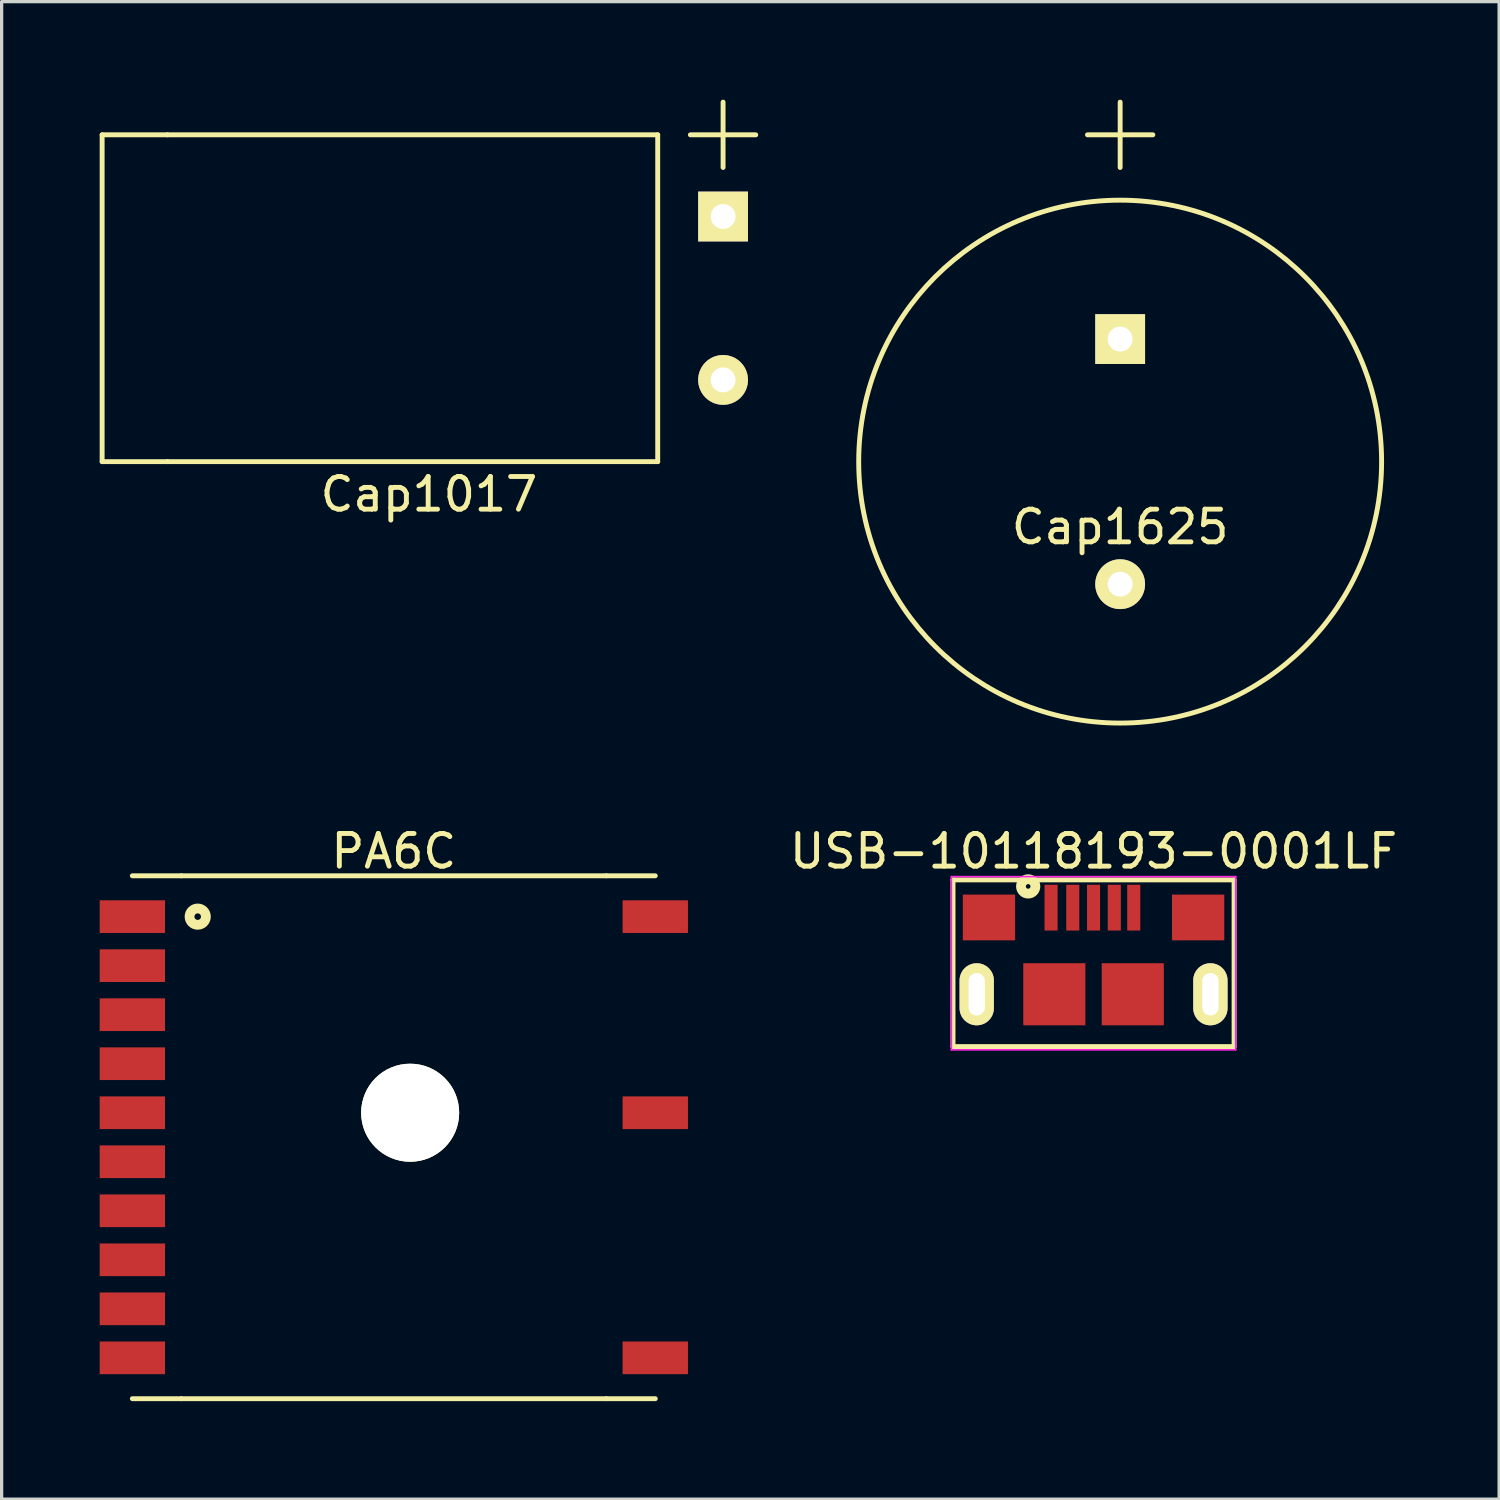
<source format=kicad_pcb>
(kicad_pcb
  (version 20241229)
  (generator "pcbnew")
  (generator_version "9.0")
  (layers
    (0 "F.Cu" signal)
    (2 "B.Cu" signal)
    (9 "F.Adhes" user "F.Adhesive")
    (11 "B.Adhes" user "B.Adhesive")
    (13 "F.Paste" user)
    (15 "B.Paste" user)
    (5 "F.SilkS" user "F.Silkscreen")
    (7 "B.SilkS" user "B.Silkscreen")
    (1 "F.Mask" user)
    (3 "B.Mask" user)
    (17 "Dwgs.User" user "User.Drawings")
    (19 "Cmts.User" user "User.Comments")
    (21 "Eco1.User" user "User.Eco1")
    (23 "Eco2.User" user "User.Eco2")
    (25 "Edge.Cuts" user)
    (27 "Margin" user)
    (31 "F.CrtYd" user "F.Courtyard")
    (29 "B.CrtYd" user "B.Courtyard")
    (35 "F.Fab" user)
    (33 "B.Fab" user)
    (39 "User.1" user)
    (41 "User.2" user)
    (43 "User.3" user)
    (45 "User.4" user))
  (footprint "Cap1017"
    (layer "F.Cu")
    (at 19.075 6.075)
    (property "Reference" "Cap1017" (at -9 6 0) (layer "F.SilkS") (effects (font (size 1 1) (thickness 0.15))))
    (attr through_hole)
    (fp_line (start -19 -5) (end -19 5) (stroke (width 0.15) (type solid)) (layer "F.SilkS"))
    (fp_line (start -19 5) (end -17 5) (stroke (width 0.15) (type solid)) (layer "F.SilkS"))
    (fp_line (start -17 -5) (end -19 -5) (stroke (width 0.15) (type solid)) (layer "F.SilkS"))
    (fp_line (start -2 -5) (end -17 -5) (stroke (width 0.15) (type solid)) (layer "F.SilkS"))
    (fp_line (start -2 -5) (end -2 5) (stroke (width 0.15) (type solid)) (layer "F.SilkS"))
    (fp_line (start -2 5) (end -17 5) (stroke (width 0.15) (type solid)) (layer "F.SilkS"))
    (fp_line (start -1 -5) (end 1 -5) (stroke (width 0.15) (type solid)) (layer "F.SilkS"))
    (fp_line (start 0 -6) (end 0 -4) (stroke (width 0.15) (type solid)) (layer "F.SilkS"))
    (pad "1" thru_hole rect (at 0 -2.5) (size 1.524 1.524) (drill 0.762) (layers "*.Cu" "*.Mask" "F.SilkS"))
    (pad "2" thru_hole circle (at 0 2.5) (size 1.524 1.524) (drill 0.762) (layers "*.Cu" "*.Mask" "F.SilkS")))
  (footprint "USB-10118193-0001LF"
    (layer "F.Cu")
    (at 30.411 27.373)
    (property "Reference" "USB-10118193-0001LF" (at 0 -4.375 0) (layer "F.SilkS") (effects (font (size 1 1) (thickness 0.15))))
    (attr through_hole)
    (fp_line (start -4.3 -3.5) (end 4.3 -3.5) (stroke (width 0.15) (type solid)) (layer "F.SilkS"))
    (fp_line (start -4.3 1.6) (end -4.3 -3.5) (stroke (width 0.15) (type solid)) (layer "F.SilkS"))
    (fp_line (start 4.3 -3.5) (end 4.3 1.6) (stroke (width 0.15) (type solid)) (layer "F.SilkS"))
    (fp_line (start 4.3 1.6) (end -4.3 1.6) (stroke (width 0.15) (type solid)) (layer "F.SilkS"))
    (fp_circle (center -2 -3.3) (end -2.05 -3.35) (stroke (width 0.3) (type solid)) (fill no) (layer "F.SilkS"))
    (fp_line (start -4.35 -3.6) (end -4.35 1.7) (stroke (width 0.05) (type solid)) (layer "F.CrtYd"))
    (fp_line (start -4.35 1.7) (end 4.35 1.7) (stroke (width 0.05) (type solid)) (layer "F.CrtYd"))
    (fp_line (start 4.35 -3.6) (end -4.35 -3.6) (stroke (width 0.05) (type solid)) (layer "F.CrtYd"))
    (fp_line (start 4.35 1.7) (end 4.35 -3.6) (stroke (width 0.05) (type solid)) (layer "F.CrtYd"))
    (pad "1" smd rect (at -1.3 -2.65) (size 0.4 1.4) (layers "F.Cu" "F.Mask" "F.Paste"))
    (pad "2" smd rect (at -0.635 -2.65) (size 0.4 1.4) (layers "F.Cu" "F.Mask" "F.Paste"))
    (pad "3" smd rect (at 0 -2.65) (size 0.4 1.4) (layers "F.Cu" "F.Mask" "F.Paste"))
    (pad "4" smd rect (at 0.635 -2.65) (size 0.4 1.4) (layers "F.Cu" "F.Mask" "F.Paste"))
    (pad "5" smd rect (at 1.23 -2.65) (size 0.4 1.4) (layers "F.Cu" "F.Mask" "F.Paste"))
    (pad "6" smd rect (at -3.2 -2.35) (size 1.6 1.4) (layers "F.Cu" "F.Mask" "F.Paste"))
    (pad "7" smd rect (at 3.2 -2.35) (size 1.6 1.4) (layers "F.Cu" "F.Mask" "F.Paste"))
    (pad "8" smd rect (at -1.2 0) (size 1.9 1.9) (layers "F.Cu" "F.Mask" "F.Paste"))
    (pad "9" smd rect (at 1.2 0) (size 1.9 1.9) (layers "F.Cu" "F.Mask" "F.Paste"))
    (pad "10" thru_hole oval (at -3.575 0) (size 1.05 1.9) (drill oval 0.5 1.3) (layers "*.Cu" "*.Mask" "F.SilkS"))
    (pad "11" thru_hole oval (at 3.575 0) (size 1.05 1.9) (drill oval 0.5 1.3) (layers "*.Cu" "*.Mask" "F.SilkS")))
  (footprint "PA6C"
    (layer "F.Cu")
    (at 9 31.748)
    (property "Reference" "PA6C" (at 0 -8.75 0) (layer "F.SilkS") (effects (font (size 1 1) (thickness 0.15))))
    (attr through_hole)
    (fp_line (start -6.5 -8) (end -8 -8) (stroke (width 0.15) (type solid)) (layer "F.SilkS"))
    (fp_line (start -6.5 -8) (end 6.5 -8) (stroke (width 0.15) (type solid)) (layer "F.SilkS"))
    (fp_line (start -6.5 8) (end -8 8) (stroke (width 0.15) (type solid)) (layer "F.SilkS"))
    (fp_line (start 6.5 -8) (end 8 -8) (stroke (width 0.15) (type solid)) (layer "F.SilkS"))
    (fp_line (start 6.5 8) (end -6.5 8) (stroke (width 0.15) (type solid)) (layer "F.SilkS"))
    (fp_line (start 6.5 8) (end 8 8) (stroke (width 0.15) (type solid)) (layer "F.SilkS"))
    (fp_circle (center -6 -6.75) (end -5.75 -6.75) (stroke (width 0.3) (type solid)) (fill no) (layer "F.SilkS"))
    (pad "" np_thru_hole circle (at 0.5 -0.75) (size 3 3) (drill 3) (layers "*.Cu" "*.Mask" "F.SilkS"))
    (pad "1" smd rect (at -8 -6.75) (size 2 1) (layers "F.Cu" "F.Mask" "F.Paste"))
    (pad "2" smd rect (at -8 -5.25) (size 2 1) (layers "F.Cu" "F.Mask" "F.Paste"))
    (pad "3" smd rect (at -8 -3.75) (size 2 1) (layers "F.Cu" "F.Mask" "F.Paste"))
    (pad "4" smd rect (at -8 -2.25) (size 2 1) (layers "F.Cu" "F.Mask" "F.Paste"))
    (pad "5" smd rect (at -8 -0.75) (size 2 1) (layers "F.Cu" "F.Mask" "F.Paste"))
    (pad "6" smd rect (at -8 0.75) (size 2 1) (layers "F.Cu" "F.Mask" "F.Paste"))
    (pad "7" smd rect (at -8 2.25) (size 2 1) (layers "F.Cu" "F.Mask" "F.Paste"))
    (pad "8" smd rect (at -8 3.75) (size 2 1) (layers "F.Cu" "F.Mask" "F.Paste"))
    (pad "9" smd rect (at -8 5.25) (size 2 1) (layers "F.Cu" "F.Mask" "F.Paste"))
    (pad "10" smd rect (at -8 6.75) (size 2 1) (layers "F.Cu" "F.Mask" "F.Paste"))
    (pad "11" smd rect (at 8 6.75) (size 2 1) (layers "F.Cu" "F.Mask" "F.Paste"))
    (pad "12" smd rect (at 8 -0.75) (size 2 1) (layers "F.Cu" "F.Mask" "F.Paste"))
    (pad "13" smd rect (at 8 -6.75) (size 2 1) (layers "F.Cu" "F.Mask" "F.Paste")))
  (footprint "Cap1625"
    (layer "F.Cu")
    (at 31.225 11.075)
    (property "Reference" "Cap1625" (at 0 2 0) (layer "F.SilkS") (effects (font (size 1 1) (thickness 0.15))))
    (attr through_hole)
    (fp_line (start -1 -10) (end 1 -10) (stroke (width 0.15) (type solid)) (layer "F.SilkS"))
    (fp_line (start 0 -11) (end 0 -9) (stroke (width 0.15) (type solid)) (layer "F.SilkS"))
    (fp_circle (center 0 0) (end 8 0) (stroke (width 0.15) (type solid)) (fill no) (layer "F.SilkS"))
    (pad "1" thru_hole rect (at 0 -3.75) (size 1.524 1.524) (drill 0.762) (layers "*.Cu" "*.Mask" "F.SilkS"))
    (pad "2" thru_hole circle (at 0 3.75) (size 1.524 1.524) (drill 0.762) (layers "*.Cu" "*.Mask" "F.SilkS")))
  (gr_rect
    (start -3 -3)
    (end 42.821 42.823)
    (stroke (width 0.1) (type default))
    (fill no)
    (layer "Edge.Cuts")))
</source>
